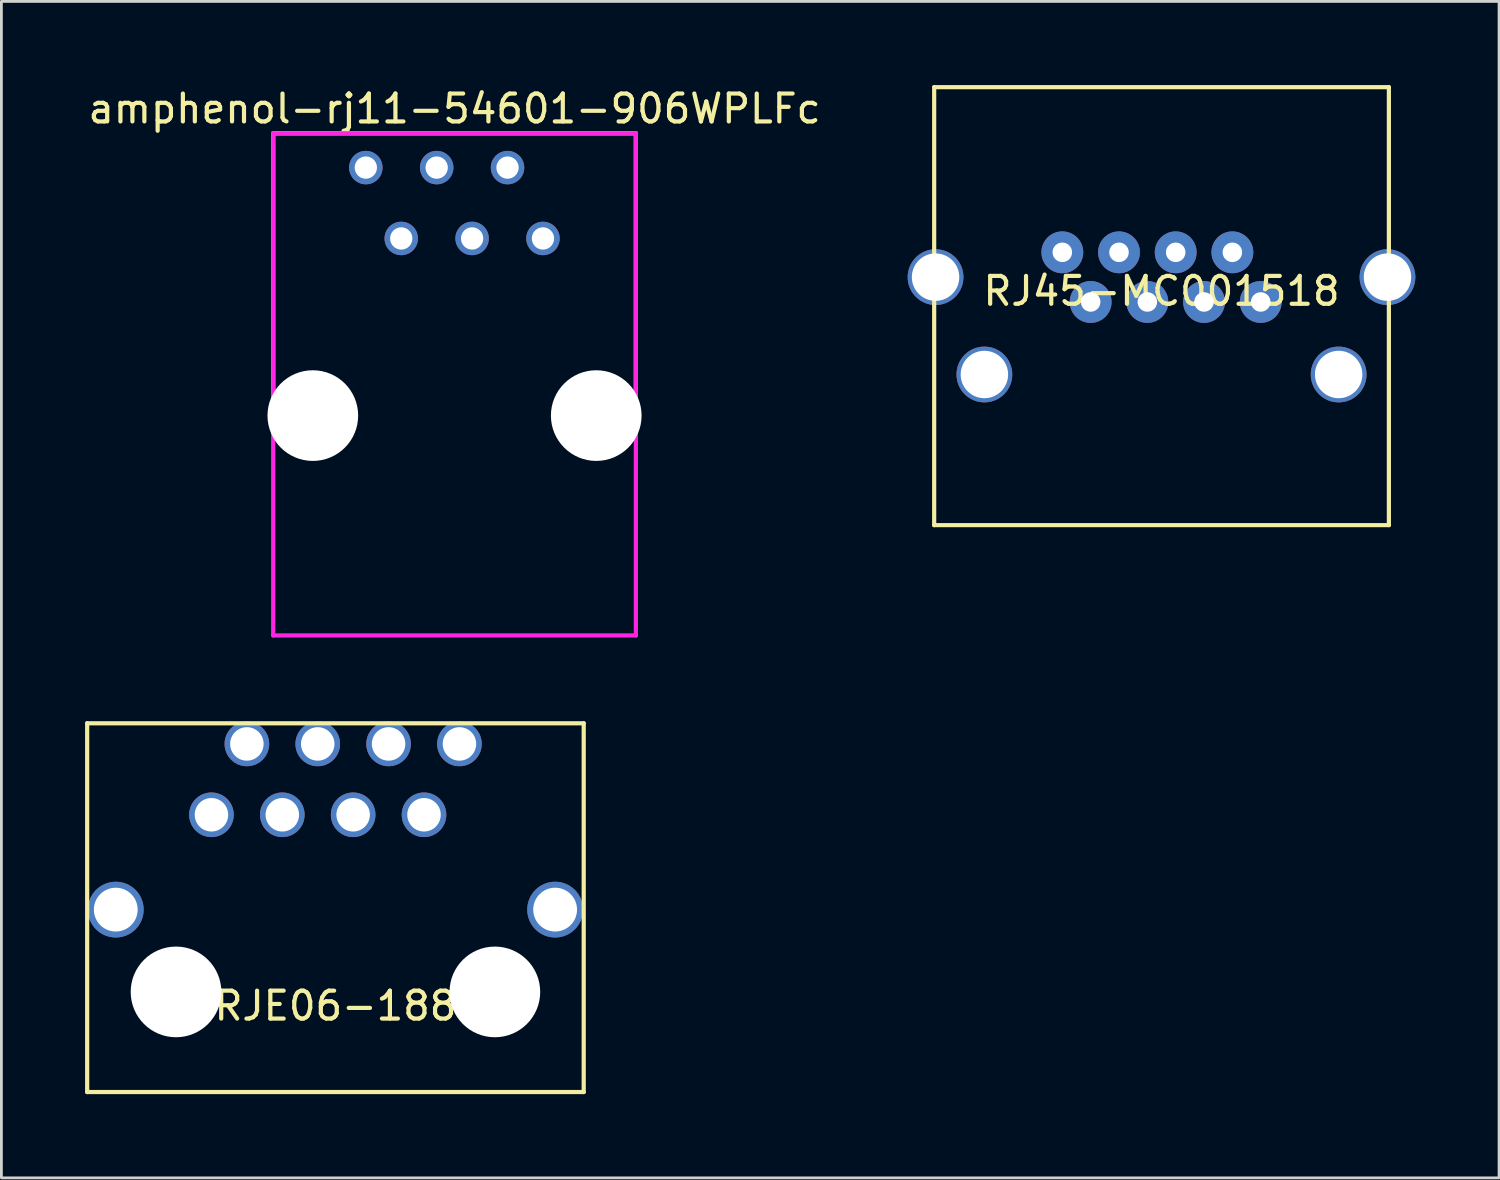
<source format=kicad_pcb>
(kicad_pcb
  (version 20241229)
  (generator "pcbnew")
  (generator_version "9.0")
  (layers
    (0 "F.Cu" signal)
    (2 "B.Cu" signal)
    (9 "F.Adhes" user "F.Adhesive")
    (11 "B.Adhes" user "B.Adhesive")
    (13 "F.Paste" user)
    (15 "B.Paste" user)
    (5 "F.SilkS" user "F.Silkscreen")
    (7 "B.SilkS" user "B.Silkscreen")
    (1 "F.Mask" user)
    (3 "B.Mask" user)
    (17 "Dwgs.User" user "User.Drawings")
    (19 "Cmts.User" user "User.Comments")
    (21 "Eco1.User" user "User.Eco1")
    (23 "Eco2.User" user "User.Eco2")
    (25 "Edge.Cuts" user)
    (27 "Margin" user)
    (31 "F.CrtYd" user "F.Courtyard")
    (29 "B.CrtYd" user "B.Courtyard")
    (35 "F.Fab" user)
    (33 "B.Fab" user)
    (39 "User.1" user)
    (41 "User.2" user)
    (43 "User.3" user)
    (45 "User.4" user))
  (footprint "RJ45-MC001518"
    (layer "F.Cu")
    (at 38.588 6.885)
    (property "Reference" "RJ45-MC001518" (at 0 0.5 0) (layer "F.SilkS") (effects (font (size 1 1) (thickness 0.15))))
    (attr through_hole)
    (fp_line (start -8.15 -6.81) (end -8.15 8.89) (stroke (width 0.15) (type solid)) (layer "F.SilkS"))
    (fp_line (start -8.15 -6.81) (end 8.15 -6.81) (stroke (width 0.15) (type solid)) (layer "F.SilkS"))
    (fp_line (start -8.15 8.89) (end 8.15 8.89) (stroke (width 0.15) (type solid)) (layer "F.SilkS"))
    (fp_line (start 8.15 -6.81) (end 8.15 8.89) (stroke (width 0.15) (type solid)) (layer "F.SilkS"))
    (pad "" np_thru_hole circle (at -6.35 3.49) (size 2 2) (drill 1.7) (layers "*.Cu" "*.Mask"))
    (pad "" np_thru_hole circle (at 6.35 3.49) (size 2 2) (drill 1.7) (layers "*.Cu" "*.Mask"))
    (pad "1" thru_hole circle (at 3.556 0.89) (size 1.5 1.5) (drill 0.7) (layers "*.Cu" "*.Mask"))
    (pad "2" thru_hole circle (at 2.54 -0.89) (size 1.5 1.5) (drill 0.7) (layers "*.Cu" "*.Mask"))
    (pad "3" thru_hole circle (at 1.524 0.89) (size 1.5 1.5) (drill 0.7) (layers "*.Cu" "*.Mask"))
    (pad "4" thru_hole circle (at 0.508 -0.89) (size 1.5 1.5) (drill 0.7) (layers "*.Cu" "*.Mask"))
    (pad "5" thru_hole circle (at -0.508 0.89) (size 1.5 1.5) (drill 0.7) (layers "*.Cu" "*.Mask"))
    (pad "6" thru_hole circle (at -1.524 -0.89) (size 1.5 1.5) (drill 0.7) (layers "*.Cu" "*.Mask"))
    (pad "7" thru_hole circle (at -2.54 0.89) (size 1.5 1.5) (drill 0.7) (layers "*.Cu" "*.Mask"))
    (pad "8" thru_hole circle (at -3.556 -0.89) (size 1.5 1.5) (drill 0.7) (layers "*.Cu" "*.Mask"))
    (pad "9" thru_hole circle (at -8.1 0) (size 2 2) (drill 1.7) (layers "*.Cu" "*.Mask"))
    (pad "9" thru_hole circle (at 8.1 0) (size 2 2) (drill 1.7) (layers "*.Cu" "*.Mask")))
  (footprint "RJE06-188"
    (layer "F.Cu")
    (at 8.975 32.508)
    (property "Reference" "RJE06-188" (at 0 0.5 0) (layer "F.SilkS") (effects (font (size 1 1) (thickness 0.15))))
    (attr through_hole)
    (fp_line (start -8.9 -9.63) (end -8.9 3.59) (stroke (width 0.15) (type solid)) (layer "F.SilkS"))
    (fp_line (start 8.9 -9.63) (end -8.9 -9.63) (stroke (width 0.15) (type solid)) (layer "F.SilkS"))
    (fp_line (start 8.9 -9.63) (end 8.9 3.59) (stroke (width 0.15) (type solid)) (layer "F.SilkS"))
    (fp_line (start 8.9 3.59) (end -8.9 3.59) (stroke (width 0.15) (type solid)) (layer "F.SilkS"))
    (pad "" np_thru_hole circle (at -5.715 0) (size 3.25 3.25) (drill 3.25) (layers "*.Cu" "*.Mask"))
    (pad "" np_thru_hole circle (at 5.715 0) (size 3.25 3.25) (drill 3.25) (layers "*.Cu" "*.Mask"))
    (pad "1" thru_hole circle (at -4.445 -6.35) (size 1.6 1.6) (drill 1.2) (layers "*.Cu" "*.Mask"))
    (pad "2" thru_hole circle (at -3.175 -8.89) (size 1.6 1.6) (drill 1.2) (layers "*.Cu" "*.Mask"))
    (pad "3" thru_hole circle (at -1.905 -6.35) (size 1.6 1.6) (drill 1.2) (layers "*.Cu" "*.Mask"))
    (pad "4" thru_hole circle (at -0.635 -8.89) (size 1.6 1.6) (drill 1.2) (layers "*.Cu" "*.Mask"))
    (pad "5" thru_hole circle (at 0.635 -6.35) (size 1.6 1.6) (drill 1.2) (layers "*.Cu" "*.Mask"))
    (pad "6" thru_hole circle (at 1.905 -8.89) (size 1.6 1.6) (drill 1.2) (layers "*.Cu" "*.Mask"))
    (pad "7" thru_hole circle (at 3.175 -6.35) (size 1.6 1.6) (drill 1.2) (layers "*.Cu" "*.Mask"))
    (pad "8" thru_hole circle (at 4.445 -8.89) (size 1.6 1.6) (drill 1.2) (layers "*.Cu" "*.Mask"))
    (pad "9" thru_hole circle (at -7.875 -2.95) (size 2 2) (drill 1.57) (layers "*.Cu" "*.Mask"))
    (pad "9" thru_hole circle (at 7.875 -2.95) (size 2 2) (drill 1.57) (layers "*.Cu" "*.Mask")))
  (footprint "amphenol-rj11-54601-906WPLFc"
    (layer "F.Cu")
    (at 13.244 11.848)
    (property "Reference" "amphenol-rj11-54601-906WPLFc" (at 0 -11 0) (layer "F.SilkS") (effects (font (size 1 1) (thickness 0.15))))
    (attr through_hole)
    (fp_line (start -6.5 -10.12) (end -6.5 0) (stroke (width 0.15) (type solid)) (layer "F.SilkS"))
    (fp_line (start 6.5 -10.12) (end -6.5 -10.12) (stroke (width 0.15) (type solid)) (layer "F.SilkS"))
    (fp_line (start 6.5 0) (end 6.5 -10.12) (stroke (width 0.15) (type solid)) (layer "F.SilkS"))
    (fp_line (start -6.5 -10.12) (end 6.5 -10.12) (stroke (width 0.15) (type solid)) (layer "F.CrtYd"))
    (fp_line (start -6.5 7.88) (end -6.5 -10.12) (stroke (width 0.15) (type solid)) (layer "F.CrtYd"))
    (fp_line (start -6.5 7.88) (end 6.5 7.88) (stroke (width 0.15) (type solid)) (layer "F.CrtYd"))
    (fp_line (start 6.5 7.88) (end 6.5 -10.12) (stroke (width 0.15) (type solid)) (layer "F.CrtYd"))
    (pad "" np_thru_hole circle (at -5.08 0) (size 3.25 3.25) (drill 3.25) (layers "*.Cu" "*.Mask"))
    (pad "" np_thru_hole circle (at 5.08 0) (size 3.25 3.25) (drill 3.25) (layers "*.Cu" "*.Mask"))
    (pad "1" thru_hole circle (at -3.18 -8.89) (size 1.2 1.2) (drill 0.8) (layers "*.Cu" "*.Mask"))
    (pad "2" thru_hole circle (at -1.91 -6.35) (size 1.2 1.2) (drill 0.8) (layers "*.Cu" "*.Mask"))
    (pad "3" thru_hole circle (at -0.64 -8.89) (size 1.2 1.2) (drill 0.8) (layers "*.Cu" "*.Mask"))
    (pad "4" thru_hole circle (at 0.63 -6.35) (size 1.2 1.2) (drill 0.8) (layers "*.Cu" "*.Mask"))
    (pad "5" thru_hole circle (at 1.9 -8.89) (size 1.2 1.2) (drill 0.8) (layers "*.Cu" "*.Mask"))
    (pad "6" thru_hole circle (at 3.17 -6.35) (size 1.2 1.2) (drill 0.8) (layers "*.Cu" "*.Mask")))
  (gr_rect
    (start -3 -3)
    (end 50.688 39.173)
    (stroke (width 0.1) (type default))
    (fill no)
    (layer "Edge.Cuts")))
</source>
